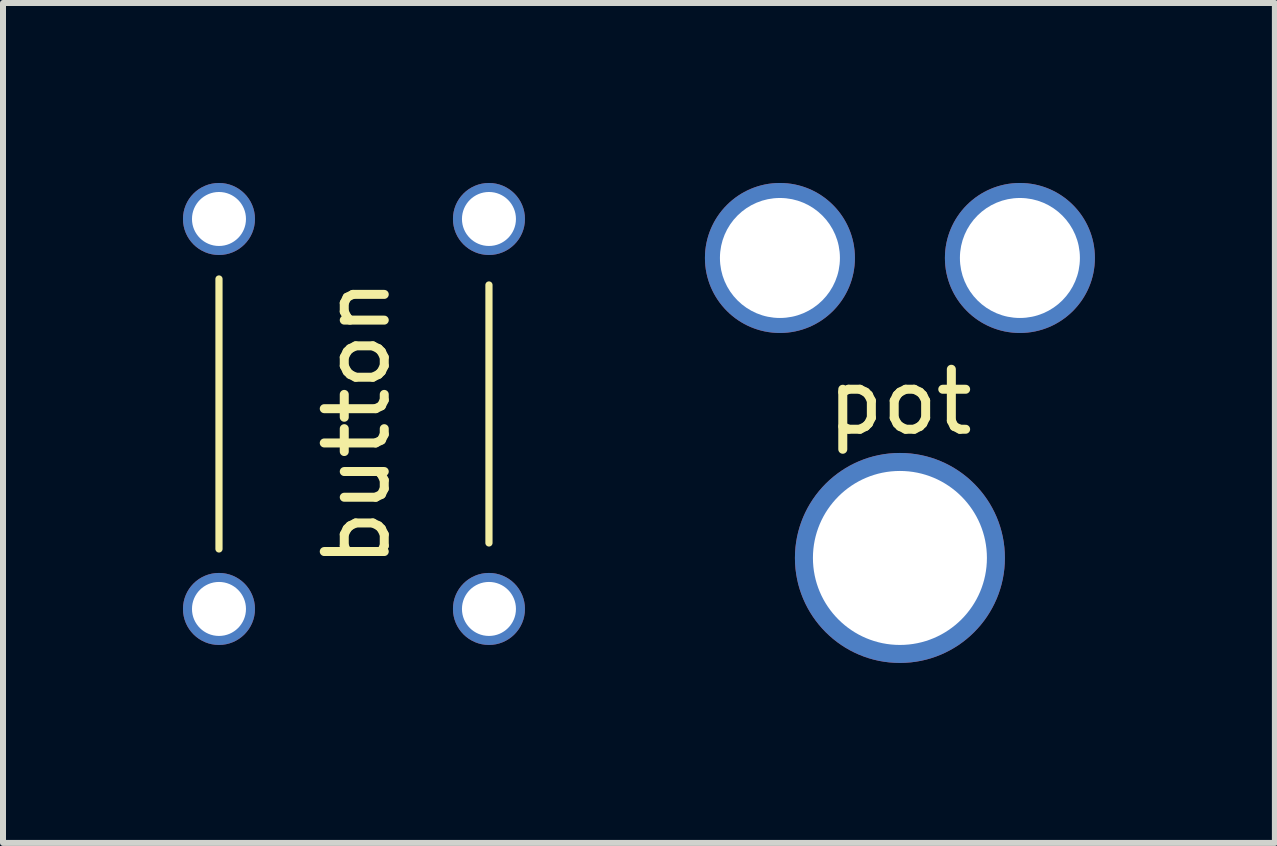
<source format=kicad_pcb>
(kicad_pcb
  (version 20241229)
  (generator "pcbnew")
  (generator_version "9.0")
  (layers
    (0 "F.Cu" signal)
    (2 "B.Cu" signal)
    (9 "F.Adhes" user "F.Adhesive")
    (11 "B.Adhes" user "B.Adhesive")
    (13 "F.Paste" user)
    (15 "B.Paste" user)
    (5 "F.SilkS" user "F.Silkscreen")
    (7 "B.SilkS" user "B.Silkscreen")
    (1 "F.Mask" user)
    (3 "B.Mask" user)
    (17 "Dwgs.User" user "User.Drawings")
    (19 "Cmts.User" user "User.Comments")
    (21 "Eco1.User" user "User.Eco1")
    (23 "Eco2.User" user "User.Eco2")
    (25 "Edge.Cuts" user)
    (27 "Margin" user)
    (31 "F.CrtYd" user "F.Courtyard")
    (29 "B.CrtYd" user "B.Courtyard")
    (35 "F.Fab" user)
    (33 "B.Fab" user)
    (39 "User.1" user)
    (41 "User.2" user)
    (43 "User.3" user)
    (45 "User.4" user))
  (footprint "pot"
    (layer "F.Cu")
    (at 11.95 6.25)
    (property "Reference" "pot" (at 0 -2.6 0) (layer "F.SilkS") (effects (font (size 1 1) (thickness 0.15))))
    (attr through_hole)
    (pad "1" thru_hole circle (at 2 -5) (size 2.5 2.5) (drill 2) (layers "*.Cu" "*.Mask"))
    (pad "2" thru_hole circle (at 0 0) (size 3.5 3.5) (drill 2.9) (layers "*.Cu" "*.Mask"))
    (pad "3" thru_hole circle (at -2 -5) (size 2.5 2.5) (drill 2) (layers "*.Cu" "*.Mask")))
  (footprint "button"
    (layer "F.Cu")
    (at 0.6 7.1)
    (property "Reference" "button" (at 2.3 -3.1 90) (layer "F.SilkS") (effects (font (size 1 1) (thickness 0.15))))
    (attr through_hole)
    (fp_line (start 0 -5.5) (end 0 -1) (stroke (width 0.12) (type solid)) (layer "F.SilkS"))
    (fp_line (start 4.5 -5.4) (end 4.5 -1.1) (stroke (width 0.12) (type solid)) (layer "F.SilkS"))
    (pad "1" thru_hole circle (at 0 -6.5) (size 1.2 1.2) (drill 0.9) (layers "*.Cu" "*.Mask"))
    (pad "1" thru_hole circle (at 0 0) (size 1.2 1.2) (drill 0.9) (layers "*.Cu" "*.Mask"))
    (pad "2" thru_hole circle (at 4.5 -6.5) (size 1.2 1.2) (drill 0.9) (layers "*.Cu" "*.Mask"))
    (pad "2" thru_hole circle (at 4.5 0) (size 1.2 1.2) (drill 0.9) (layers "*.Cu" "*.Mask")))
  (gr_rect
    (start -3 -3)
    (end 18.2 11)
    (stroke (width 0.1) (type default))
    (fill no)
    (layer "Edge.Cuts")))
</source>
